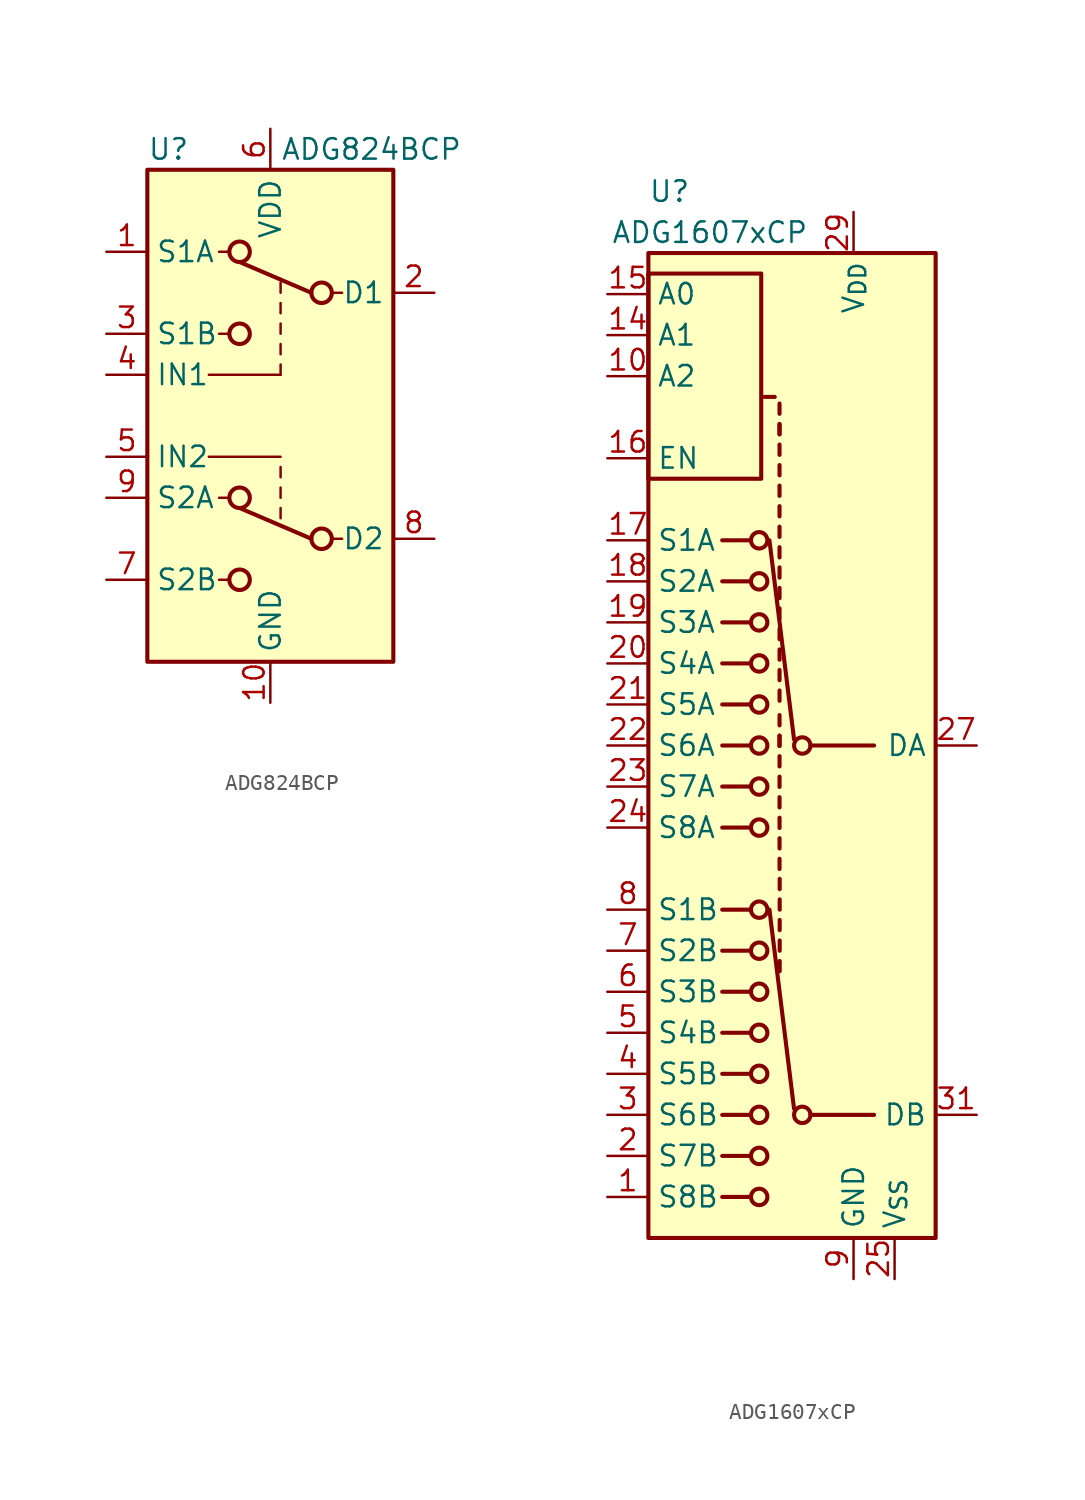
<source format=kicad_sym>
(kicad_symbol_lib
  (version 20220914)
  (generator kicad_symbol_editor)
  (symbol "ADG824BCP"
    (property "Reference" "U"
      (at -7.62 16.51 0)
      (effects (font (size 1.27 1.27)) (justify left)))
    (property "Value" "ADG824BCP"
      (at 0.635 16.51 0)
      (effects (font (size 1.27 1.27)) (justify left)))
    (symbol "ADG824BCP_0_1"
      (rectangle (start -7.62 15.24) (end 7.62 -15.24) (stroke (width 0.254) (type default)) (fill (type background)))
      (circle (center -1.905 -10.16) (radius 0.635) (stroke (width 0.254) (type default)) (fill (type none)))
      (circle (center -1.905 -5.08) (radius 0.635) (stroke (width 0.254) (type default)) (fill (type none)))
      (circle (center -1.905 5.08) (radius 0.635) (stroke (width 0.254) (type default)) (fill (type none)))
      (circle (center -1.905 10.16) (radius 0.635) (stroke (width 0.254) (type default)) (fill (type none)))
      (polyline (pts (xy -3.81 -2.54) (xy 0.635 -2.54)) (stroke (width 0) (type default)) (fill (type none)))
      (polyline (pts (xy -3.81 2.54) (xy 0.635 2.54)) (stroke (width 0) (type default)) (fill (type none)))
      (polyline (pts (xy -3.175 -10.16) (xy -2.54 -10.16)) (stroke (width 0) (type default)) (fill (type none)))
      (polyline (pts (xy -3.175 -5.08) (xy -2.54 -5.08)) (stroke (width 0) (type default)) (fill (type none)))
      (polyline (pts (xy -3.175 5.08) (xy -2.54 5.08)) (stroke (width 0) (type default)) (fill (type none)))
      (polyline (pts (xy -3.175 10.16) (xy -2.54 10.16)) (stroke (width 0) (type default)) (fill (type none)))
      (polyline (pts (xy -1.905 9.525) (xy 2.54 7.62)) (stroke (width 0.254) (type default)) (fill (type none)))
      (polyline (pts (xy 0.635 -5.715) (xy 0.635 -6.35)) (stroke (width 0) (type default)) (fill (type none)))
      (polyline (pts (xy 0.635 -4.445) (xy 0.635 -5.08)) (stroke (width 0) (type default)) (fill (type none)))
      (polyline (pts (xy 0.635 -3.175) (xy 0.635 -3.81)) (stroke (width 0) (type default)) (fill (type none)))
      (polyline (pts (xy 0.635 3.175) (xy 0.635 2.54)) (stroke (width 0) (type default)) (fill (type none)))
      (polyline (pts (xy 0.635 4.445) (xy 0.635 3.81)) (stroke (width 0) (type default)) (fill (type none)))
      (polyline (pts (xy 0.635 5.715) (xy 0.635 5.08)) (stroke (width 0) (type default)) (fill (type none)))
      (polyline (pts (xy 0.635 6.985) (xy 0.635 6.35)) (stroke (width 0) (type default)) (fill (type none)))
      (polyline (pts (xy 0.635 8.255) (xy 0.635 7.62)) (stroke (width 0) (type default)) (fill (type none)))
      (polyline (pts (xy 2.54 -7.62) (xy -1.905 -5.715)) (stroke (width 0.254) (type default)) (fill (type none)))
      (polyline (pts (xy 4.445 -7.62) (xy 3.81 -7.62)) (stroke (width 0) (type default)) (fill (type none)))
      (polyline (pts (xy 4.445 7.62) (xy 3.81 7.62)) (stroke (width 0) (type default)) (fill (type none)))
      (circle (center 3.175 -7.62) (radius 0.635) (stroke (width 0.254) (type default)) (fill (type none)))
      (circle (center 3.175 7.62) (radius 0.635) (stroke (width 0.254) (type default)) (fill (type none))))
    (symbol "ADG824BCP_1_1"
      (pin bidirectional line (at -10.16 10.16 0) (length 2.54) (name "S1A" (effects (font (size 1.27 1.27)))) (number "1" (effects (font (size 1.27 1.27)))))
      (pin power_in line (at 0 -17.78 90) (length 2.54) (name "GND" (effects (font (size 1.27 1.27)))) (number "10" (effects (font (size 1.27 1.27)))))
      (pin bidirectional line (at 10.16 7.62 180) (length 2.54) (name "D1" (effects (font (size 1.27 1.27)))) (number "2" (effects (font (size 1.27 1.27)))))
      (pin bidirectional line (at -10.16 5.08 0) (length 2.54) (name "S1B" (effects (font (size 1.27 1.27)))) (number "3" (effects (font (size 1.27 1.27)))))
      (pin input line (at -10.16 2.54 0) (length 2.54) (name "IN1" (effects (font (size 1.27 1.27)))) (number "4" (effects (font (size 1.27 1.27)))))
      (pin input line (at -10.16 -2.54 0) (length 2.54) (name "IN2" (effects (font (size 1.27 1.27)))) (number "5" (effects (font (size 1.27 1.27)))))
      (pin power_in line (at 0 17.78 270) (length 2.54) (name "VDD" (effects (font (size 1.27 1.27)))) (number "6" (effects (font (size 1.27 1.27)))))
      (pin bidirectional line (at -10.16 -10.16 0) (length 2.54) (name "S2B" (effects (font (size 1.27 1.27)))) (number "7" (effects (font (size 1.27 1.27)))))
      (pin bidirectional line (at 10.16 -7.62 180) (length 2.54) (name "D2" (effects (font (size 1.27 1.27)))) (number "8" (effects (font (size 1.27 1.27)))))
      (pin bidirectional line (at -10.16 -5.08 0) (length 2.54) (name "S2A" (effects (font (size 1.27 1.27)))) (number "9" (effects (font (size 1.27 1.27)))))))
  (symbol "ADG1607xCP"
    (property "Reference" "U"
      (at -7.62 34.29 0)
      (effects (font (size 1.27 1.27)) (justify left)))
    (property "Value" "ADG1607xCP"
      (at -3.81 31.75 0)
      (effects (font (size 1.27 1.27))))
    (symbol "ADG1607xCP_0_0"
      (pin power_in line (at 5.08 -33.02 90) (length 2.54) (name "GND" (effects (font (size 1.27 1.27)))) (number "9" (effects (font (size 1.27 1.27))))))
    (symbol "ADG1607xCP_0_1"
      (rectangle (start -7.62 29.21) (end -0.635 16.51) (stroke (width 0.254) (type default)) (fill (type none)))
      (rectangle (start -7.62 30.48) (end 10.16 -30.48) (stroke (width 0.254) (type default)) (fill (type background)))
      (circle (center -0.762 -27.94) (radius 0.508) (stroke (width 0.254) (type default)) (fill (type none)))
      (circle (center -0.762 -25.4) (radius 0.508) (stroke (width 0.254) (type default)) (fill (type none)))
      (circle (center -0.762 -22.86) (radius 0.508) (stroke (width 0.254) (type default)) (fill (type none)))
      (circle (center -0.762 -20.32) (radius 0.508) (stroke (width 0.254) (type default)) (fill (type none)))
      (circle (center -0.762 -17.78) (radius 0.508) (stroke (width 0.254) (type default)) (fill (type none)))
      (circle (center -0.762 -15.24) (radius 0.508) (stroke (width 0.254) (type default)) (fill (type none)))
      (circle (center -0.762 -12.7) (radius 0.508) (stroke (width 0.254) (type default)) (fill (type none)))
      (circle (center -0.762 -10.16) (radius 0.508) (stroke (width 0.254) (type default)) (fill (type none)))
      (circle (center -0.762 -5.08) (radius 0.508) (stroke (width 0.254) (type default)) (fill (type none)))
      (circle (center -0.762 -2.54) (radius 0.508) (stroke (width 0.254) (type default)) (fill (type none)))
      (circle (center -0.762 0) (radius 0.508) (stroke (width 0.254) (type default)) (fill (type none)))
      (circle (center -0.762 2.54) (radius 0.508) (stroke (width 0.254) (type default)) (fill (type none)))
      (circle (center -0.762 5.08) (radius 0.508) (stroke (width 0.254) (type default)) (fill (type none)))
      (circle (center -0.762 7.62) (radius 0.508) (stroke (width 0.254) (type default)) (fill (type none)))
      (circle (center -0.762 10.16) (radius 0.508) (stroke (width 0.254) (type default)) (fill (type none)))
      (circle (center -0.762 12.7) (radius 0.508) (stroke (width 0.254) (type default)) (fill (type none)))
      (polyline (pts (xy -1.27 -27.94) (xy -3.048 -27.94)) (stroke (width 0.254) (type default)) (fill (type none)))
      (polyline (pts (xy -1.27 -25.4) (xy -3.048 -25.4)) (stroke (width 0.254) (type default)) (fill (type none)))
      (polyline (pts (xy -1.27 -22.86) (xy -3.048 -22.86)) (stroke (width 0.254) (type default)) (fill (type none)))
      (polyline (pts (xy -1.27 -20.32) (xy -3.048 -20.32)) (stroke (width 0.254) (type default)) (fill (type none)))
      (polyline (pts (xy -1.27 -17.78) (xy -3.048 -17.78)) (stroke (width 0.254) (type default)) (fill (type none)))
      (polyline (pts (xy -1.27 -15.24) (xy -3.048 -15.24)) (stroke (width 0.254) (type default)) (fill (type none)))
      (polyline (pts (xy -1.27 -12.7) (xy -3.048 -12.7)) (stroke (width 0.254) (type default)) (fill (type none)))
      (polyline (pts (xy -1.27 -10.16) (xy -3.048 -10.16)) (stroke (width 0.254) (type default)) (fill (type none)))
      (polyline (pts (xy -1.27 -5.08) (xy -3.048 -5.08)) (stroke (width 0.254) (type default)) (fill (type none)))
      (polyline (pts (xy -1.27 -2.54) (xy -3.048 -2.54)) (stroke (width 0.254) (type default)) (fill (type none)))
      (polyline (pts (xy -1.27 0) (xy -3.048 0)) (stroke (width 0.254) (type default)) (fill (type none)))
      (polyline (pts (xy -1.27 2.54) (xy -3.048 2.54)) (stroke (width 0.254) (type default)) (fill (type none)))
      (polyline (pts (xy -1.27 5.08) (xy -3.048 5.08)) (stroke (width 0.254) (type default)) (fill (type none)))
      (polyline (pts (xy -1.27 7.62) (xy -3.048 7.62)) (stroke (width 0.254) (type default)) (fill (type none)))
      (polyline (pts (xy -1.27 10.16) (xy -3.048 10.16)) (stroke (width 0.254) (type default)) (fill (type none)))
      (polyline (pts (xy -1.27 12.7) (xy -3.048 12.7)) (stroke (width 0.254) (type default)) (fill (type none)))
      (polyline (pts (xy -0.127 -10.16) (xy 1.397 -22.479)) (stroke (width 0.254) (type default)) (fill (type none)))
      (polyline (pts (xy -0.127 12.7) (xy 1.397 0.381)) (stroke (width 0.254) (type default)) (fill (type none)))
      (polyline (pts (xy 0.202 21.576) (xy -0.433 21.576)) (stroke (width 0.254) (type default)) (fill (type none)))
      (polyline (pts (xy 0.498 11.639) (xy 0.498 12.274)) (stroke (width 0.254) (type default)) (fill (type none)))
      (polyline (pts (xy 0.498 12.909) (xy 0.498 13.544)) (stroke (width 0.254) (type default)) (fill (type none)))
      (polyline (pts (xy 0.498 14.18) (xy 0.498 14.815)) (stroke (width 0.254) (type default)) (fill (type none)))
      (polyline (pts (xy 0.498 15.45) (xy 0.498 16.084)) (stroke (width 0.254) (type default)) (fill (type none)))
      (polyline (pts (xy 0.498 16.72) (xy 0.498 17.355)) (stroke (width 0.254) (type default)) (fill (type none)))
      (polyline (pts (xy 0.498 17.989) (xy 0.498 18.625)) (stroke (width 0.254) (type default)) (fill (type none)))
      (polyline (pts (xy 0.498 19.259) (xy 0.498 19.895)) (stroke (width 0.254) (type default)) (fill (type none)))
      (polyline (pts (xy 0.498 19.259) (xy 0.498 19.895)) (stroke (width 0.254) (type default)) (fill (type none)))
      (polyline (pts (xy 0.498 20.529) (xy 0.498 21.165)) (stroke (width 0.254) (type default)) (fill (type none)))
      (polyline (pts (xy 0.499 -7.644) (xy 0.499 -7.009)) (stroke (width 0.254) (type default)) (fill (type none)))
      (polyline (pts (xy 0.499 -6.374) (xy 0.499 -5.739)) (stroke (width 0.254) (type default)) (fill (type none)))
      (polyline (pts (xy 0.499 -5.104) (xy 0.499 -4.469)) (stroke (width 0.254) (type default)) (fill (type none)))
      (polyline (pts (xy 0.499 -3.834) (xy 0.499 -3.199)) (stroke (width 0.254) (type default)) (fill (type none)))
      (polyline (pts (xy 0.499 -2.564) (xy 0.499 -1.929)) (stroke (width 0.254) (type default)) (fill (type none)))
      (polyline (pts (xy 0.499 -1.294) (xy 0.499 -0.659)) (stroke (width 0.254) (type default)) (fill (type none)))
      (polyline (pts (xy 0.499 -0.024) (xy 0.499 0.611)) (stroke (width 0.254) (type default)) (fill (type none)))
      (polyline (pts (xy 0.499 -0.024) (xy 0.499 0.611)) (stroke (width 0.254) (type default)) (fill (type none)))
      (polyline (pts (xy 0.499 1.246) (xy 0.499 1.881)) (stroke (width 0.254) (type default)) (fill (type none)))
      (polyline (pts (xy 0.499 2.77) (xy 0.499 3.405)) (stroke (width 0.254) (type default)) (fill (type none)))
      (polyline (pts (xy 0.499 4.04) (xy 0.499 4.675)) (stroke (width 0.254) (type default)) (fill (type none)))
      (polyline (pts (xy 0.499 5.31) (xy 0.499 5.945)) (stroke (width 0.254) (type default)) (fill (type none)))
      (polyline (pts (xy 0.499 6.58) (xy 0.499 7.215)) (stroke (width 0.254) (type default)) (fill (type none)))
      (polyline (pts (xy 0.499 7.85) (xy 0.499 8.485)) (stroke (width 0.254) (type default)) (fill (type none)))
      (polyline (pts (xy 0.499 9.12) (xy 0.499 9.755)) (stroke (width 0.254) (type default)) (fill (type none)))
      (polyline (pts (xy 0.499 10.39) (xy 0.499 11.025)) (stroke (width 0.254) (type default)) (fill (type none)))
      (polyline (pts (xy 0.508 -13.97) (xy 0.508 -13.335)) (stroke (width 0.254) (type default)) (fill (type none)))
      (polyline (pts (xy 0.508 -12.7) (xy 0.508 -12.065)) (stroke (width 0.254) (type default)) (fill (type none)))
      (polyline (pts (xy 0.508 -11.43) (xy 0.508 -10.795)) (stroke (width 0.254) (type default)) (fill (type none)))
      (polyline (pts (xy 0.508 -10.16) (xy 0.508 -9.525)) (stroke (width 0.254) (type default)) (fill (type none)))
      (polyline (pts (xy 0.508 -8.89) (xy 0.508 -8.255)) (stroke (width 0.254) (type default)) (fill (type none)))
      (polyline (pts (xy 2.413 -22.86) (xy 6.35 -22.86)) (stroke (width 0.254) (type default)) (fill (type none)))
      (polyline (pts (xy 2.413 0) (xy 6.35 0)) (stroke (width 0.254) (type default)) (fill (type none)))
      (circle (center 1.905 -22.86) (radius 0.508) (stroke (width 0.254) (type default)) (fill (type none)))
      (circle (center 1.905 0) (radius 0.508) (stroke (width 0.254) (type default)) (fill (type none))))
    (symbol "ADG1607xCP_1_1"
      (pin bidirectional line (at -10.16 -27.94 0) (length 2.54) (name "S8B" (effects (font (size 1.27 1.27)))) (number "1" (effects (font (size 1.27 1.27)))))
      (pin input line (at -10.16 22.86 0) (length 2.54) (name "A2" (effects (font (size 1.27 1.27)))) (number "10" (effects (font (size 1.27 1.27)))))
      (pin no_connect line (at 10.16 20.32 180) (length 2.54) hide (name "NC" (effects (font (size 1.27 1.27)))) (number "11" (effects (font (size 1.27 1.27)))))
      (pin no_connect line (at 10.16 17.78 180) (length 2.54) hide (name "NC" (effects (font (size 1.27 1.27)))) (number "12" (effects (font (size 1.27 1.27)))))
      (pin no_connect line (at 10.16 15.24 180) (length 2.54) hide (name "NC" (effects (font (size 1.27 1.27)))) (number "13" (effects (font (size 1.27 1.27)))))
      (pin input line (at -10.16 25.4 0) (length 2.54) (name "A1" (effects (font (size 1.27 1.27)))) (number "14" (effects (font (size 1.27 1.27)))))
      (pin input line (at -10.16 27.94 0) (length 2.54) (name "A0" (effects (font (size 1.27 1.27)))) (number "15" (effects (font (size 1.27 1.27)))))
      (pin input line (at -10.16 17.78 0) (length 2.54) (name "EN" (effects (font (size 1.27 1.27)))) (number "16" (effects (font (size 1.27 1.27)))))
      (pin bidirectional line (at -10.16 12.7 0) (length 2.54) (name "S1A" (effects (font (size 1.27 1.27)))) (number "17" (effects (font (size 1.27 1.27)))))
      (pin bidirectional line (at -10.16 10.16 0) (length 2.54) (name "S2A" (effects (font (size 1.27 1.27)))) (number "18" (effects (font (size 1.27 1.27)))))
      (pin bidirectional line (at -10.16 7.62 0) (length 2.54) (name "S3A" (effects (font (size 1.27 1.27)))) (number "19" (effects (font (size 1.27 1.27)))))
      (pin bidirectional line (at -10.16 -25.4 0) (length 2.54) (name "S7B" (effects (font (size 1.27 1.27)))) (number "2" (effects (font (size 1.27 1.27)))))
      (pin bidirectional line (at -10.16 5.08 0) (length 2.54) (name "S4A" (effects (font (size 1.27 1.27)))) (number "20" (effects (font (size 1.27 1.27)))))
      (pin bidirectional line (at -10.16 2.54 0) (length 2.54) (name "S5A" (effects (font (size 1.27 1.27)))) (number "21" (effects (font (size 1.27 1.27)))))
      (pin bidirectional line (at -10.16 0 0) (length 2.54) (name "S6A" (effects (font (size 1.27 1.27)))) (number "22" (effects (font (size 1.27 1.27)))))
      (pin bidirectional line (at -10.16 -2.54 0) (length 2.54) (name "S7A" (effects (font (size 1.27 1.27)))) (number "23" (effects (font (size 1.27 1.27)))))
      (pin bidirectional line (at -10.16 -5.08 0) (length 2.54) (name "S8A" (effects (font (size 1.27 1.27)))) (number "24" (effects (font (size 1.27 1.27)))))
      (pin power_in line (at 7.62 -33.02 90) (length 2.54) (name "V_{SS}" (effects (font (size 1.27 1.27)))) (number "25" (effects (font (size 1.27 1.27)))))
      (pin no_connect line (at 10.16 12.7 180) (length 2.54) hide (name "NC" (effects (font (size 1.27 1.27)))) (number "26" (effects (font (size 1.27 1.27)))))
      (pin bidirectional line (at 12.7 0 180) (length 2.54) (name "DA" (effects (font (size 1.27 1.27)))) (number "27" (effects (font (size 1.27 1.27)))))
      (pin no_connect line (at 10.16 10.16 180) (length 2.54) hide (name "NC" (effects (font (size 1.27 1.27)))) (number "28" (effects (font (size 1.27 1.27)))))
      (pin power_in line (at 5.08 33.02 270) (length 2.54) (name "V_{DD}" (effects (font (size 1.27 1.27)))) (number "29" (effects (font (size 1.27 1.27)))))
      (pin bidirectional line (at -10.16 -22.86 0) (length 2.54) (name "S6B" (effects (font (size 1.27 1.27)))) (number "3" (effects (font (size 1.27 1.27)))))
      (pin no_connect line (at 10.16 7.62 180) (length 2.54) hide (name "NC" (effects (font (size 1.27 1.27)))) (number "30" (effects (font (size 1.27 1.27)))))
      (pin bidirectional line (at 12.7 -22.86 180) (length 2.54) (name "DB" (effects (font (size 1.27 1.27)))) (number "31" (effects (font (size 1.27 1.27)))))
      (pin no_connect line (at 10.16 5.08 180) (length 2.54) hide (name "NC" (effects (font (size 1.27 1.27)))) (number "32" (effects (font (size 1.27 1.27)))))
      (pin passive line (at 7.62 -33.02 90) (length 2.54) hide (name "V_{SS}" (effects (font (size 1.27 1.27)))) (number "33" (effects (font (size 1.27 1.27)))))
      (pin bidirectional line (at -10.16 -20.32 0) (length 2.54) (name "S5B" (effects (font (size 1.27 1.27)))) (number "4" (effects (font (size 1.27 1.27)))))
      (pin bidirectional line (at -10.16 -17.78 0) (length 2.54) (name "S4B" (effects (font (size 1.27 1.27)))) (number "5" (effects (font (size 1.27 1.27)))))
      (pin bidirectional line (at -10.16 -15.24 0) (length 2.54) (name "S3B" (effects (font (size 1.27 1.27)))) (number "6" (effects (font (size 1.27 1.27)))))
      (pin bidirectional line (at -10.16 -12.7 0) (length 2.54) (name "S2B" (effects (font (size 1.27 1.27)))) (number "7" (effects (font (size 1.27 1.27)))))
      (pin bidirectional line (at -10.16 -10.16 0) (length 2.54) (name "S1B" (effects (font (size 1.27 1.27)))) (number "8" (effects (font (size 1.27 1.27))))))))
</source>
